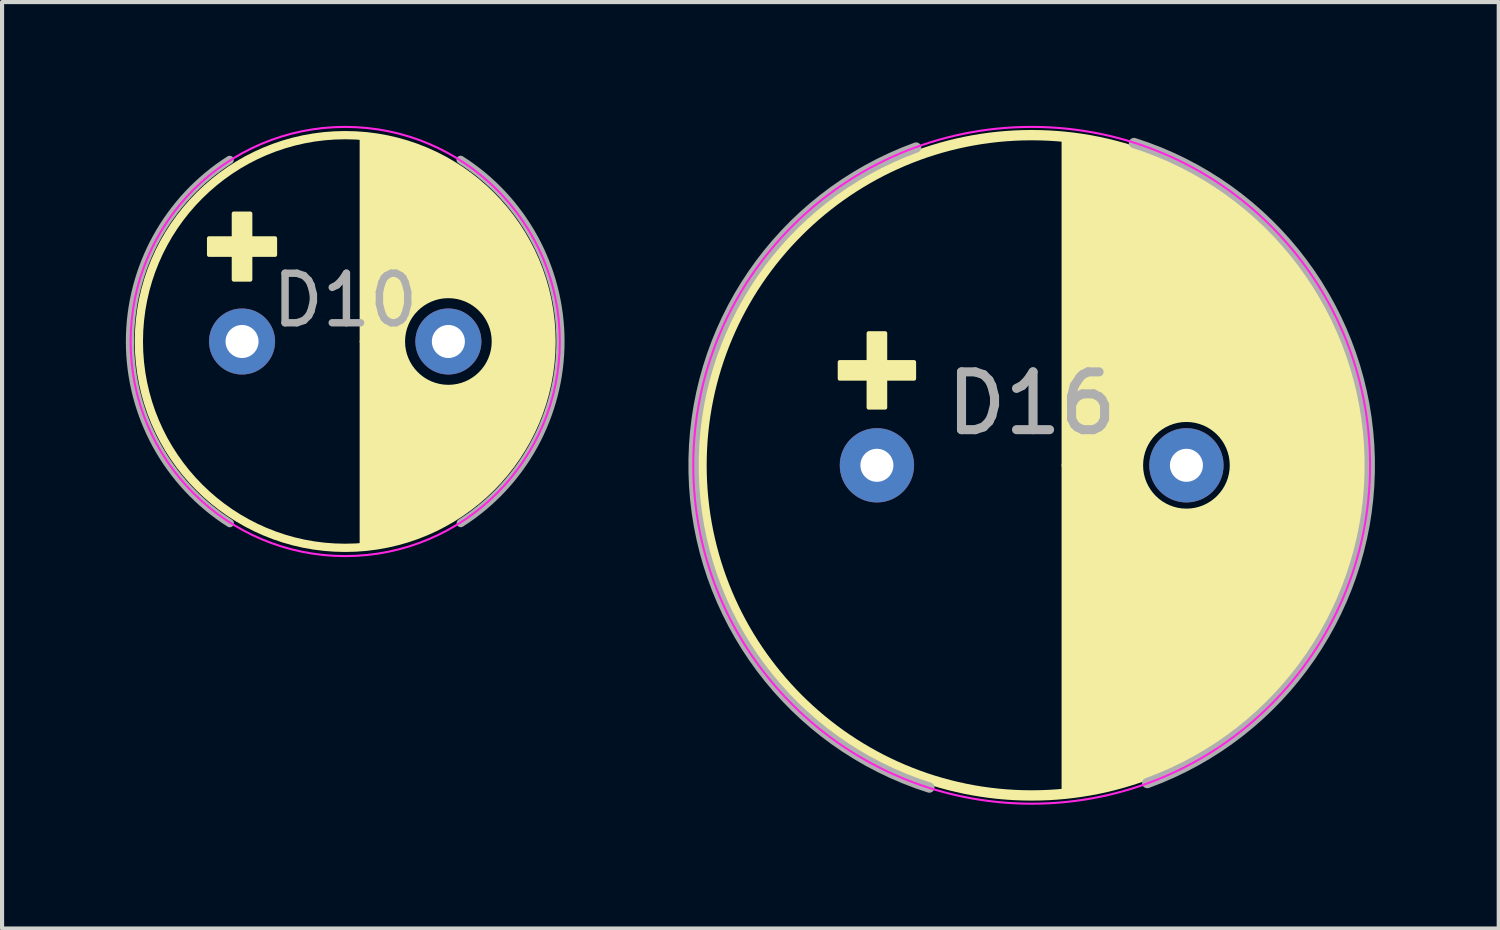
<source format=kicad_pcb>
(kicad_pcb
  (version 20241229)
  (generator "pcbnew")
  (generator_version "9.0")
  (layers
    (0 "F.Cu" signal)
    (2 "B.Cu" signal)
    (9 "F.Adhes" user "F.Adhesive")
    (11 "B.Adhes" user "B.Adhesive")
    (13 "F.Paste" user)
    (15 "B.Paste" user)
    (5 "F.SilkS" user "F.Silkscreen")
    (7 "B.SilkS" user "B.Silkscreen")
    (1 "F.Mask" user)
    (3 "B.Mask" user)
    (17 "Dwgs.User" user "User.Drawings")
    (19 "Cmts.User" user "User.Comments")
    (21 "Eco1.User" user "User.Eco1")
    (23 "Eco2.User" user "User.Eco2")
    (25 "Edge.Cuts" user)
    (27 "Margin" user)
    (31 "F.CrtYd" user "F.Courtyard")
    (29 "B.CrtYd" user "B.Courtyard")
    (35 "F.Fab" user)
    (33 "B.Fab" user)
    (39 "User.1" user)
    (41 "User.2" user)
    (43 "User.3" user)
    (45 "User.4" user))
  (footprint "D16"
    (layer "F.Cu")
    (at 21.949 8.225)
    (property "Reference" "D16" (at 0 -1.5 0) (layer "F.Fab") (effects (font (size 1.4 1.4) (thickness 0.22))))
    (attr through_hole)
    (fp_circle (center 0 0) (end 8 0) (stroke (width 0.25) (type solid)) (fill no) (layer "F.SilkS"))
    (fp_circle (center 3.75 0) (end 5.05 0) (stroke (width 0.5) (type solid)) (fill no) (layer "F.SilkS"))
    (fp_poly (pts (xy 3 -1.2) (xy 4.6 -1.2) (xy 5.05 0) (xy 8 0) (xy 7.8 -1.7) (xy 6.8 -4.2) (xy 4.8 -6.4) (xy 2.4 -7.6) (xy 0.8 -7.9) (xy 0.8 0) (xy 2.45 0)) (stroke (width 0.15) (type solid)) (fill yes) (layer "F.SilkS"))
    (fp_poly (pts (xy 3 1.2) (xy 4.6 1.2) (xy 5.05 0) (xy 8 0) (xy 7.8 1.7) (xy 6.8 4.2) (xy 4.8 6.4) (xy 2.4 7.6) (xy 0.8 7.9) (xy 0.8 0) (xy 2.45 0)) (stroke (width 0.15) (type solid)) (fill yes) (layer "F.SilkS"))
    (fp_poly (pts (xy -3.55 -2.5) (xy -2.85 -2.5) (xy -2.85 -2.1) (xy -3.55 -2.1) (xy -3.55 -1.4) (xy -3.95 -1.4) (xy -3.95 -2.1) (xy -4.65 -2.1) (xy -4.65 -2.5) (xy -3.95 -2.5) (xy -3.95 -3.2) (xy -3.55 -3.2)) (stroke (width 0.1) (type solid)) (fill yes) (layer "F.SilkS"))
    (fp_circle (center 0 0) (end 8.2 0) (stroke (width 0.05) (type solid)) (fill no) (layer "F.CrtYd"))
    (fp_arc (start -2.479707 7.809037) (mid -8.191544 0.169172) (end -2.8 -7.7) (stroke (width 0.25) (type solid)) (layer "F.Fab"))
    (fp_arc (start 2.479707 -7.809037) (mid 8.191544 -0.169172) (end 2.8 7.7) (stroke (width 0.25) (type solid)) (layer "F.Fab"))
    (pad "1" thru_hole circle (at -3.75 0) (size 1.8 1.8) (drill 0.8) (layers "*.Cu" "*.Mask"))
    (pad "2" thru_hole circle (at 3.75 0) (size 1.8 1.8) (drill 0.8) (layers "*.Cu" "*.Mask")))
  (footprint "D10"
    (layer "F.Cu")
    (at 5.315 5.225)
    (property "Reference" "D10" (at 0 -1 0) (layer "F.Fab") (effects (font (size 1.2 1.2) (thickness 0.18))))
    (attr through_hole)
    (fp_circle (center 0 0) (end 5 0) (stroke (width 0.2) (type solid)) (fill no) (layer "F.SilkS"))
    (fp_circle (center 2.5 0) (end 3.8 0) (stroke (width 0.5) (type solid)) (fill no) (layer "F.SilkS"))
    (fp_poly (pts (xy 1.6 -1) (xy 2.5 -1.3) (xy 3.4 -1) (xy 3.8 0) (xy 5 0) (xy 4.8 -1.2) (xy 4 -3) (xy 2.4 -4.4) (xy 0.4 -5) (xy 0.4 0) (xy 1.2 0)) (stroke (width 0.1) (type solid)) (fill yes) (layer "F.SilkS"))
    (fp_poly (pts (xy 1.6 1) (xy 2.5 1.3) (xy 3.4 1) (xy 3.8 0) (xy 5 0) (xy 4.8 1.2) (xy 4 3) (xy 2.4 4.4) (xy 0.4 5) (xy 0.4 0) (xy 1.2 0)) (stroke (width 0.1) (type solid)) (fill yes) (layer "F.SilkS"))
    (fp_poly (pts (xy -2.3 -2.5) (xy -1.7 -2.5) (xy -1.7 -2.1) (xy -2.3 -2.1) (xy -2.3 -1.5) (xy -2.7 -1.5) (xy -2.7 -2.1) (xy -3.3 -2.1) (xy -3.3 -2.5) (xy -2.7 -2.5) (xy -2.7 -3.1) (xy -2.3 -3.1)) (stroke (width 0.1) (type solid)) (fill yes) (layer "F.SilkS"))
    (fp_circle (center 0 0) (end 0 5.2) (stroke (width 0.05) (type solid)) (fill no) (layer "F.CrtYd"))
    (fp_arc (start -2.796744 4.402069) (mid -5.21536 0.001929) (end -2.799999 -4.399999) (stroke (width 0.2) (type solid)) (layer "F.Fab"))
    (fp_arc (start 2.796744 -4.402069) (mid 5.21536 -0.001929) (end 2.799999 4.399999) (stroke (width 0.2) (type solid)) (layer "F.Fab"))
    (pad "1" thru_hole circle (at -2.5 0) (size 1.6 1.6) (drill 0.8) (layers "*.Cu" "*.Mask"))
    (pad "2" thru_hole circle (at 2.5 0) (size 1.6 1.6) (drill 0.8) (layers "*.Cu" "*.Mask")))
  (gr_rect
    (start -3 -3)
    (end 33.267 19.45)
    (stroke (width 0.1) (type default))
    (fill no)
    (layer "Edge.Cuts")))
</source>
